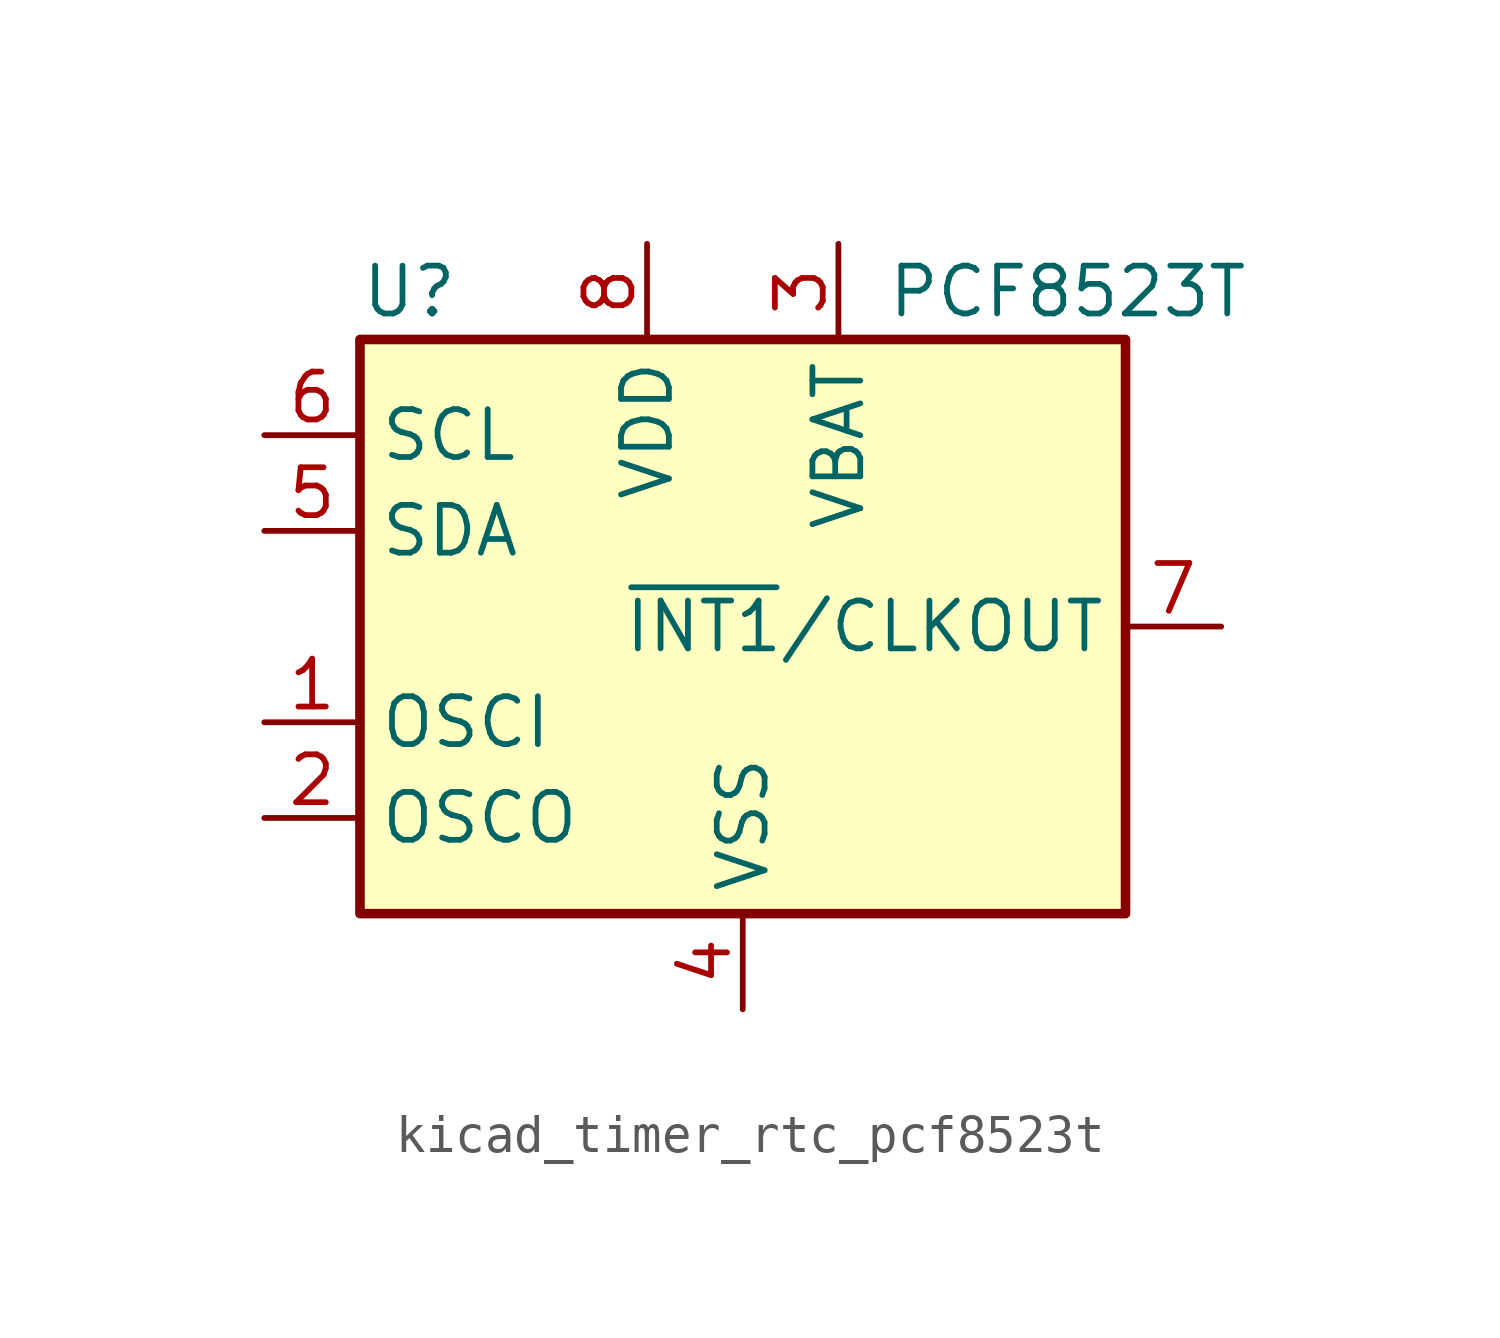
<source format=kicad_sym>
(kicad_symbol_lib
  (version 20220914)
  (generator kicad_symbol_editor)
  (symbol "kicad_timer_rtc_pcf8523t"
    (property "Reference" "U"
      (at -10.16 8.89 0)
      (effects (font (size 1.27 1.27)) (justify left)))
    (property "Value" "PCF8523T"
      (at 3.81 8.89 0)
      (effects (font (size 1.27 1.27)) (justify left)))
    (symbol "kicad_timer_rtc_pcf8523t_0_1"
      (rectangle (start -10.16 7.62) (end 10.16 -7.62) (stroke (width 0.254) (type default)) (fill (type background))))
    (symbol "kicad_timer_rtc_pcf8523t_1_1"
      (pin input line (at -12.7 -2.54 0) (length 2.54) (name "OSCI" (effects (font (size 1.27 1.27)))) (number "1" (effects (font (size 1.27 1.27)))))
      (pin output line (at -12.7 -5.08 0) (length 2.54) (name "OSCO" (effects (font (size 1.27 1.27)))) (number "2" (effects (font (size 1.27 1.27)))))
      (pin power_in line (at 2.54 10.16 270) (length 2.54) (name "VBAT" (effects (font (size 1.27 1.27)))) (number "3" (effects (font (size 1.27 1.27)))))
      (pin power_in line (at 0 -10.16 90) (length 2.54) (name "VSS" (effects (font (size 1.27 1.27)))) (number "4" (effects (font (size 1.27 1.27)))))
      (pin bidirectional line (at -12.7 2.54 0) (length 2.54) (name "SDA" (effects (font (size 1.27 1.27)))) (number "5" (effects (font (size 1.27 1.27)))))
      (pin input line (at -12.7 5.08 0) (length 2.54) (name "SCL" (effects (font (size 1.27 1.27)))) (number "6" (effects (font (size 1.27 1.27)))))
      (pin open_collector line (at 12.7 0 180) (length 2.54) (name "~{INT1}/CLKOUT" (effects (font (size 1.27 1.27)))) (number "7" (effects (font (size 1.27 1.27)))))
      (pin power_in line (at -2.54 10.16 270) (length 2.54) (name "VDD" (effects (font (size 1.27 1.27)))) (number "8" (effects (font (size 1.27 1.27))))))))
</source>
